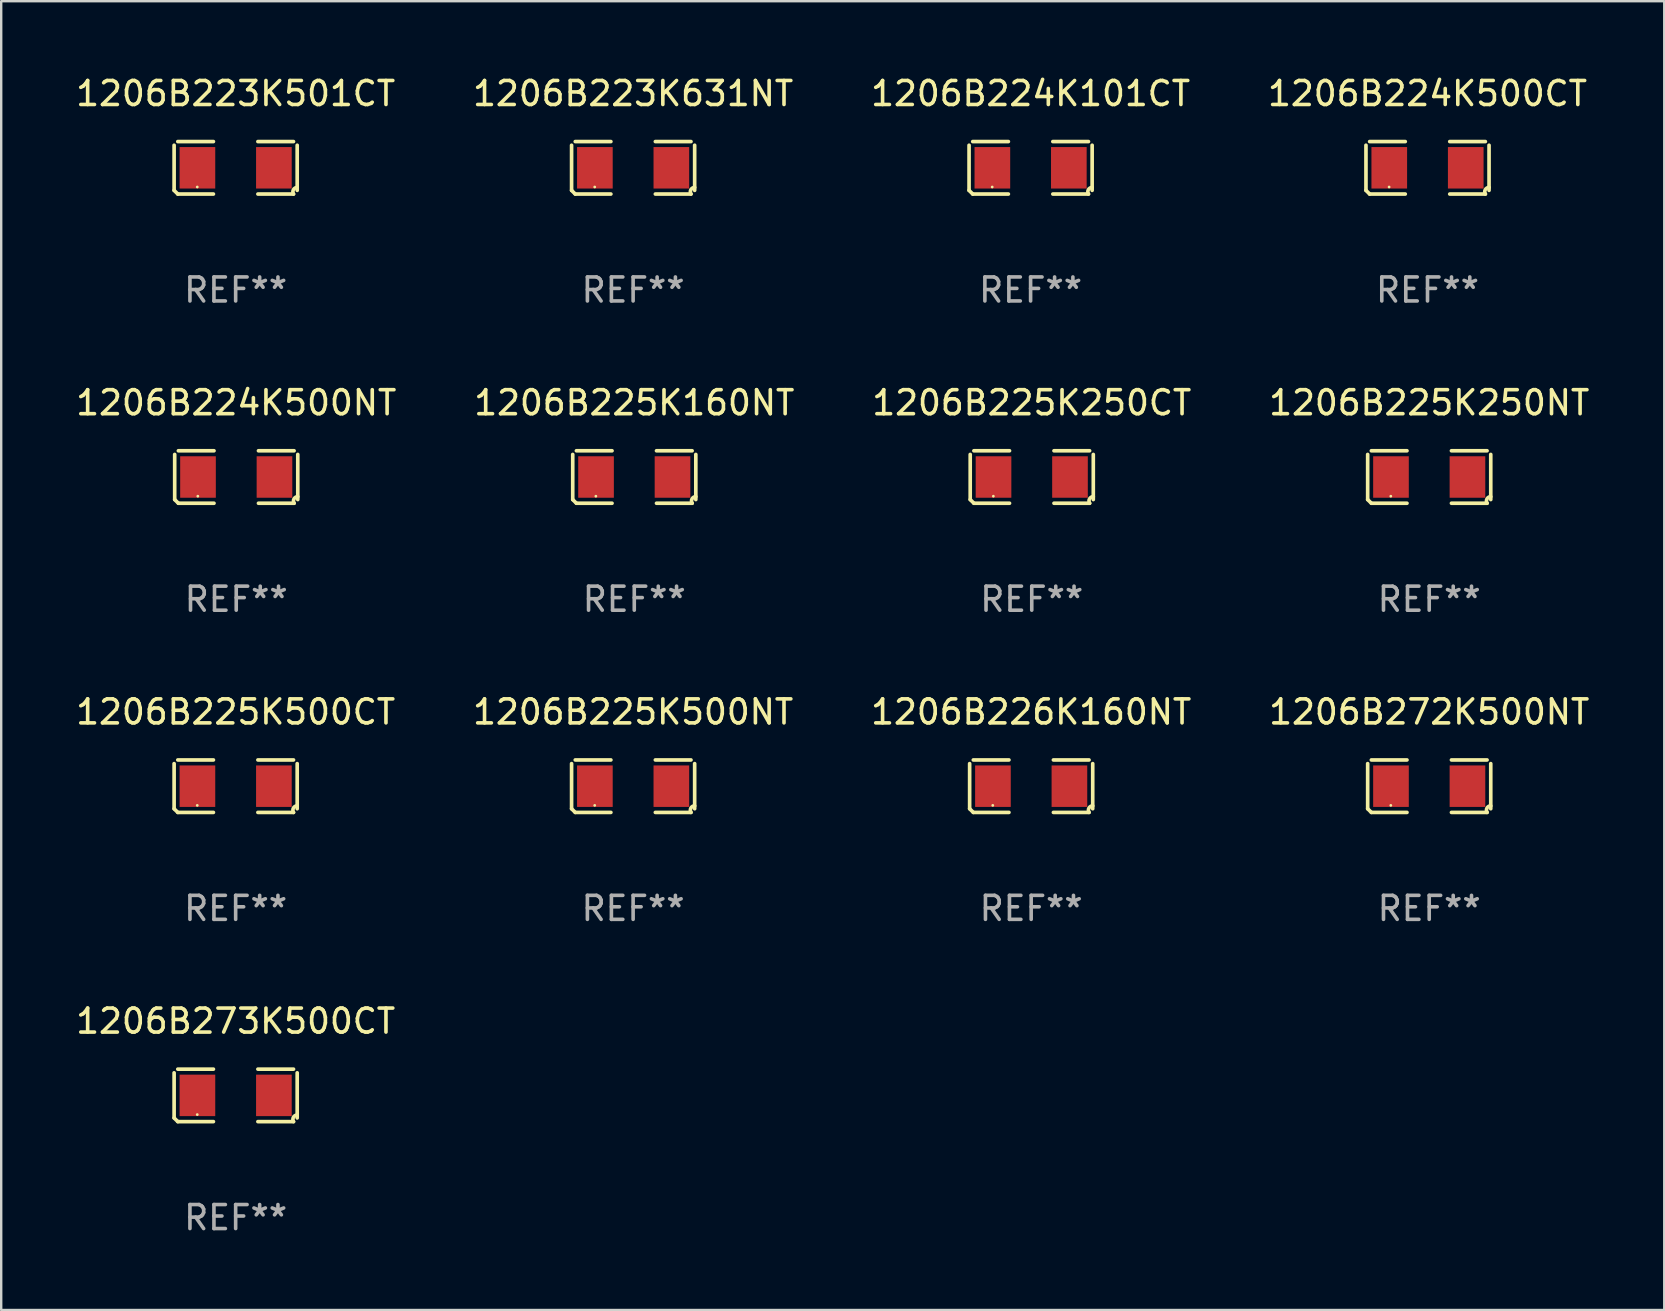
<source format=kicad_pcb>
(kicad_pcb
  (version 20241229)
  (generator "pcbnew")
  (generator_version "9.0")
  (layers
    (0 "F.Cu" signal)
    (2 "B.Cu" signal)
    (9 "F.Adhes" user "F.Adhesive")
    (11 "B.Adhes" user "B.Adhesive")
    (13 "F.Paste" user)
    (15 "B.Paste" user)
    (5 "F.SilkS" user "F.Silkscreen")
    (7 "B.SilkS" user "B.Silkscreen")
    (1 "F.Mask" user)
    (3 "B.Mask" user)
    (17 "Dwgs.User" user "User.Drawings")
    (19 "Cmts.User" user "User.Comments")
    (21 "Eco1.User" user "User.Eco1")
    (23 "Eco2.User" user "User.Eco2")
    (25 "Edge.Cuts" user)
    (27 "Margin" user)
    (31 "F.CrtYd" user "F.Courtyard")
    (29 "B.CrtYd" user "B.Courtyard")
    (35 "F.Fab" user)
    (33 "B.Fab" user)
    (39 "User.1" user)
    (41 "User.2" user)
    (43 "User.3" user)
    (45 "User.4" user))
  (footprint "1206B225K500CT"
    (layer "F.Cu")
    (at 6.768 29.704)
    (property "Reference" "1206B225K500CT" (at 0 -3.093 0) (layer "F.SilkS") (effects (font (size 1 1) (thickness 0.15))))
    (attr through_hole)
    (fp_line (start -2.564 0.94) (end -2.564 -0.94) (stroke (width 0.152) (type solid)) (layer "F.SilkS"))
    (fp_line (start -2.411 -1.093) (end -0.926 -1.093) (stroke (width 0.152) (type solid)) (layer "F.SilkS"))
    (fp_line (start -0.926 1.093) (end -2.411 1.093) (stroke (width 0.152) (type solid)) (layer "F.SilkS"))
    (fp_line (start 0.926 1.093) (end 2.411 1.093) (stroke (width 0.152) (type solid)) (layer "F.SilkS"))
    (fp_line (start 2.411 -1.093) (end 0.926 -1.093) (stroke (width 0.152) (type solid)) (layer "F.SilkS"))
    (fp_line (start 2.564 0.94) (end 2.564 -0.94) (stroke (width 0.152) (type solid)) (layer "F.SilkS"))
    (fp_arc (start -2.411201 1.092609) (mid -2.487413 1.01642) (end -2.563602 0.940208) (stroke (width 0.1524) (type solid)) (layer "F.SilkS"))
    (fp_arc (start 2.411201 1.092609) (mid 2.407159 0.911226) (end 2.563602 0.819347) (stroke (width 0.1524) (type solid)) (layer "F.SilkS"))
    (fp_circle (center -1.6 0.8) (end -1.57 0.8) (stroke (width 0.06) (type solid)) (fill no) (layer "F.SilkS"))
    (fp_text user "REF**" (at 0 5.093 0) (layer "F.Fab") (effects (font (size 1 1) (thickness 0.15))))
    (pad "1" smd rect (at -1.593 0) (size 1.485 1.728) (layers "F.Cu" "F.Mask" "F.Paste"))
    (pad "2" smd rect (at 1.593 0) (size 1.485 1.728) (layers "F.Cu" "F.Mask" "F.Paste")))
  (footprint "1206B224K500CT"
    (layer "F.Cu")
    (at 56.423 3.941)
    (property "Reference" "1206B224K500CT" (at 0 -3.093 0) (layer "F.SilkS") (effects (font (size 1 1) (thickness 0.15))))
    (attr through_hole)
    (fp_line (start -2.564 0.94) (end -2.564 -0.94) (stroke (width 0.152) (type solid)) (layer "F.SilkS"))
    (fp_line (start -2.411 -1.093) (end -0.926 -1.093) (stroke (width 0.152) (type solid)) (layer "F.SilkS"))
    (fp_line (start -0.926 1.093) (end -2.411 1.093) (stroke (width 0.152) (type solid)) (layer "F.SilkS"))
    (fp_line (start 0.926 1.093) (end 2.411 1.093) (stroke (width 0.152) (type solid)) (layer "F.SilkS"))
    (fp_line (start 2.411 -1.093) (end 0.926 -1.093) (stroke (width 0.152) (type solid)) (layer "F.SilkS"))
    (fp_line (start 2.564 0.94) (end 2.564 -0.94) (stroke (width 0.152) (type solid)) (layer "F.SilkS"))
    (fp_arc (start -2.411201 1.092609) (mid -2.487413 1.01642) (end -2.563602 0.940208) (stroke (width 0.1524) (type solid)) (layer "F.SilkS"))
    (fp_arc (start 2.411201 1.092609) (mid 2.407159 0.911226) (end 2.563602 0.819347) (stroke (width 0.1524) (type solid)) (layer "F.SilkS"))
    (fp_circle (center -1.6 0.8) (end -1.57 0.8) (stroke (width 0.06) (type solid)) (fill no) (layer "F.SilkS"))
    (fp_text user "REF**" (at 0 5.093 0) (layer "F.Fab") (effects (font (size 1 1) (thickness 0.15))))
    (pad "1" smd rect (at -1.593 0) (size 1.485 1.728) (layers "F.Cu" "F.Mask" "F.Paste"))
    (pad "2" smd rect (at 1.593 0) (size 1.485 1.728) (layers "F.Cu" "F.Mask" "F.Paste")))
  (footprint "1206B224K500NT"
    (layer "F.Cu")
    (at 6.792 16.823)
    (property "Reference" "1206B224K500NT" (at 0 -3.093 0) (layer "F.SilkS") (effects (font (size 1 1) (thickness 0.15))))
    (attr through_hole)
    (fp_line (start -2.564 0.94) (end -2.564 -0.94) (stroke (width 0.152) (type solid)) (layer "F.SilkS"))
    (fp_line (start -2.411 -1.093) (end -0.926 -1.093) (stroke (width 0.152) (type solid)) (layer "F.SilkS"))
    (fp_line (start -0.926 1.093) (end -2.411 1.093) (stroke (width 0.152) (type solid)) (layer "F.SilkS"))
    (fp_line (start 0.926 1.093) (end 2.411 1.093) (stroke (width 0.152) (type solid)) (layer "F.SilkS"))
    (fp_line (start 2.411 -1.093) (end 0.926 -1.093) (stroke (width 0.152) (type solid)) (layer "F.SilkS"))
    (fp_line (start 2.564 0.94) (end 2.564 -0.94) (stroke (width 0.152) (type solid)) (layer "F.SilkS"))
    (fp_arc (start -2.411201 1.092609) (mid -2.487413 1.01642) (end -2.563602 0.940208) (stroke (width 0.1524) (type solid)) (layer "F.SilkS"))
    (fp_arc (start 2.411201 1.092609) (mid 2.407159 0.911226) (end 2.563602 0.819347) (stroke (width 0.1524) (type solid)) (layer "F.SilkS"))
    (fp_circle (center -1.6 0.8) (end -1.57 0.8) (stroke (width 0.06) (type solid)) (fill no) (layer "F.SilkS"))
    (fp_text user "REF**" (at 0 5.093 0) (layer "F.Fab") (effects (font (size 1 1) (thickness 0.15))))
    (pad "1" smd rect (at -1.593 0) (size 1.485 1.728) (layers "F.Cu" "F.Mask" "F.Paste"))
    (pad "2" smd rect (at 1.593 0) (size 1.485 1.728) (layers "F.Cu" "F.Mask" "F.Paste")))
  (footprint "1206B225K160NT"
    (layer "F.Cu")
    (at 23.375 16.823)
    (property "Reference" "1206B225K160NT" (at 0 -3.093 0) (layer "F.SilkS") (effects (font (size 1 1) (thickness 0.15))))
    (attr through_hole)
    (fp_line (start -2.564 0.94) (end -2.564 -0.94) (stroke (width 0.152) (type solid)) (layer "F.SilkS"))
    (fp_line (start -2.411 -1.093) (end -0.926 -1.093) (stroke (width 0.152) (type solid)) (layer "F.SilkS"))
    (fp_line (start -0.926 1.093) (end -2.411 1.093) (stroke (width 0.152) (type solid)) (layer "F.SilkS"))
    (fp_line (start 0.926 1.093) (end 2.411 1.093) (stroke (width 0.152) (type solid)) (layer "F.SilkS"))
    (fp_line (start 2.411 -1.093) (end 0.926 -1.093) (stroke (width 0.152) (type solid)) (layer "F.SilkS"))
    (fp_line (start 2.564 0.94) (end 2.564 -0.94) (stroke (width 0.152) (type solid)) (layer "F.SilkS"))
    (fp_arc (start -2.411201 1.092609) (mid -2.487413 1.01642) (end -2.563602 0.940208) (stroke (width 0.1524) (type solid)) (layer "F.SilkS"))
    (fp_arc (start 2.411201 1.092609) (mid 2.407159 0.911226) (end 2.563602 0.819347) (stroke (width 0.1524) (type solid)) (layer "F.SilkS"))
    (fp_circle (center -1.6 0.8) (end -1.57 0.8) (stroke (width 0.06) (type solid)) (fill no) (layer "F.SilkS"))
    (fp_text user "REF**" (at 0 5.093 0) (layer "F.Fab") (effects (font (size 1 1) (thickness 0.15))))
    (pad "1" smd rect (at -1.593 0) (size 1.485 1.728) (layers "F.Cu" "F.Mask" "F.Paste"))
    (pad "2" smd rect (at 1.593 0) (size 1.485 1.728) (layers "F.Cu" "F.Mask" "F.Paste")))
  (footprint "1206B223K501CT"
    (layer "F.Cu")
    (at 6.768 3.941)
    (property "Reference" "1206B223K501CT" (at 0 -3.093 0) (layer "F.SilkS") (effects (font (size 1 1) (thickness 0.15))))
    (attr through_hole)
    (fp_line (start -2.564 0.94) (end -2.564 -0.94) (stroke (width 0.152) (type solid)) (layer "F.SilkS"))
    (fp_line (start -2.411 -1.093) (end -0.926 -1.093) (stroke (width 0.152) (type solid)) (layer "F.SilkS"))
    (fp_line (start -0.926 1.093) (end -2.411 1.093) (stroke (width 0.152) (type solid)) (layer "F.SilkS"))
    (fp_line (start 0.926 1.093) (end 2.411 1.093) (stroke (width 0.152) (type solid)) (layer "F.SilkS"))
    (fp_line (start 2.411 -1.093) (end 0.926 -1.093) (stroke (width 0.152) (type solid)) (layer "F.SilkS"))
    (fp_line (start 2.564 0.94) (end 2.564 -0.94) (stroke (width 0.152) (type solid)) (layer "F.SilkS"))
    (fp_arc (start -2.411201 1.092609) (mid -2.487413 1.01642) (end -2.563602 0.940208) (stroke (width 0.1524) (type solid)) (layer "F.SilkS"))
    (fp_arc (start 2.411201 1.092609) (mid 2.407159 0.911226) (end 2.563602 0.819347) (stroke (width 0.1524) (type solid)) (layer "F.SilkS"))
    (fp_circle (center -1.6 0.8) (end -1.57 0.8) (stroke (width 0.06) (type solid)) (fill no) (layer "F.SilkS"))
    (fp_text user "REF**" (at 0 5.093 0) (layer "F.Fab") (effects (font (size 1 1) (thickness 0.15))))
    (pad "1" smd rect (at -1.593 0) (size 1.485 1.728) (layers "F.Cu" "F.Mask" "F.Paste"))
    (pad "2" smd rect (at 1.593 0) (size 1.485 1.728) (layers "F.Cu" "F.Mask" "F.Paste")))
  (footprint "1206B224K101CT"
    (layer "F.Cu")
    (at 39.887 3.941)
    (property "Reference" "1206B224K101CT" (at 0 -3.093 0) (layer "F.SilkS") (effects (font (size 1 1) (thickness 0.15))))
    (attr through_hole)
    (fp_line (start -2.564 0.94) (end -2.564 -0.94) (stroke (width 0.152) (type solid)) (layer "F.SilkS"))
    (fp_line (start -2.411 -1.093) (end -0.926 -1.093) (stroke (width 0.152) (type solid)) (layer "F.SilkS"))
    (fp_line (start -0.926 1.093) (end -2.411 1.093) (stroke (width 0.152) (type solid)) (layer "F.SilkS"))
    (fp_line (start 0.926 1.093) (end 2.411 1.093) (stroke (width 0.152) (type solid)) (layer "F.SilkS"))
    (fp_line (start 2.411 -1.093) (end 0.926 -1.093) (stroke (width 0.152) (type solid)) (layer "F.SilkS"))
    (fp_line (start 2.564 0.94) (end 2.564 -0.94) (stroke (width 0.152) (type solid)) (layer "F.SilkS"))
    (fp_arc (start -2.411201 1.092609) (mid -2.487413 1.01642) (end -2.563602 0.940208) (stroke (width 0.1524) (type solid)) (layer "F.SilkS"))
    (fp_arc (start 2.411201 1.092609) (mid 2.407159 0.911226) (end 2.563602 0.819347) (stroke (width 0.1524) (type solid)) (layer "F.SilkS"))
    (fp_circle (center -1.6 0.8) (end -1.57 0.8) (stroke (width 0.06) (type solid)) (fill no) (layer "F.SilkS"))
    (fp_text user "REF**" (at 0 5.093 0) (layer "F.Fab") (effects (font (size 1 1) (thickness 0.15))))
    (pad "1" smd rect (at -1.593 0) (size 1.485 1.728) (layers "F.Cu" "F.Mask" "F.Paste"))
    (pad "2" smd rect (at 1.593 0) (size 1.485 1.728) (layers "F.Cu" "F.Mask" "F.Paste")))
  (footprint "1206B225K250NT"
    (layer "F.Cu")
    (at 56.494 16.823)
    (property "Reference" "1206B225K250NT" (at 0 -3.093 0) (layer "F.SilkS") (effects (font (size 1 1) (thickness 0.15))))
    (attr through_hole)
    (fp_line (start -2.564 0.94) (end -2.564 -0.94) (stroke (width 0.152) (type solid)) (layer "F.SilkS"))
    (fp_line (start -2.411 -1.093) (end -0.926 -1.093) (stroke (width 0.152) (type solid)) (layer "F.SilkS"))
    (fp_line (start -0.926 1.093) (end -2.411 1.093) (stroke (width 0.152) (type solid)) (layer "F.SilkS"))
    (fp_line (start 0.926 1.093) (end 2.411 1.093) (stroke (width 0.152) (type solid)) (layer "F.SilkS"))
    (fp_line (start 2.411 -1.093) (end 0.926 -1.093) (stroke (width 0.152) (type solid)) (layer "F.SilkS"))
    (fp_line (start 2.564 0.94) (end 2.564 -0.94) (stroke (width 0.152) (type solid)) (layer "F.SilkS"))
    (fp_arc (start -2.411201 1.092609) (mid -2.487413 1.01642) (end -2.563602 0.940208) (stroke (width 0.1524) (type solid)) (layer "F.SilkS"))
    (fp_arc (start 2.411201 1.092609) (mid 2.407159 0.911226) (end 2.563602 0.819347) (stroke (width 0.1524) (type solid)) (layer "F.SilkS"))
    (fp_circle (center -1.6 0.8) (end -1.57 0.8) (stroke (width 0.06) (type solid)) (fill no) (layer "F.SilkS"))
    (fp_text user "REF**" (at 0 5.093 0) (layer "F.Fab") (effects (font (size 1 1) (thickness 0.15))))
    (pad "1" smd rect (at -1.593 0) (size 1.485 1.728) (layers "F.Cu" "F.Mask" "F.Paste"))
    (pad "2" smd rect (at 1.593 0) (size 1.485 1.728) (layers "F.Cu" "F.Mask" "F.Paste")))
  (footprint "1206B272K500NT"
    (layer "F.Cu")
    (at 56.494 29.704)
    (property "Reference" "1206B272K500NT" (at 0 -3.093 0) (layer "F.SilkS") (effects (font (size 1 1) (thickness 0.15))))
    (attr through_hole)
    (fp_line (start -2.564 0.94) (end -2.564 -0.94) (stroke (width 0.152) (type solid)) (layer "F.SilkS"))
    (fp_line (start -2.411 -1.093) (end -0.926 -1.093) (stroke (width 0.152) (type solid)) (layer "F.SilkS"))
    (fp_line (start -0.926 1.093) (end -2.411 1.093) (stroke (width 0.152) (type solid)) (layer "F.SilkS"))
    (fp_line (start 0.926 1.093) (end 2.411 1.093) (stroke (width 0.152) (type solid)) (layer "F.SilkS"))
    (fp_line (start 2.411 -1.093) (end 0.926 -1.093) (stroke (width 0.152) (type solid)) (layer "F.SilkS"))
    (fp_line (start 2.564 0.94) (end 2.564 -0.94) (stroke (width 0.152) (type solid)) (layer "F.SilkS"))
    (fp_arc (start -2.411201 1.092609) (mid -2.487413 1.01642) (end -2.563602 0.940208) (stroke (width 0.1524) (type solid)) (layer "F.SilkS"))
    (fp_arc (start 2.411201 1.092609) (mid 2.407159 0.911226) (end 2.563602 0.819347) (stroke (width 0.1524) (type solid)) (layer "F.SilkS"))
    (fp_circle (center -1.6 0.8) (end -1.57 0.8) (stroke (width 0.06) (type solid)) (fill no) (layer "F.SilkS"))
    (fp_text user "REF**" (at 0 5.093 0) (layer "F.Fab") (effects (font (size 1 1) (thickness 0.15))))
    (pad "1" smd rect (at -1.593 0) (size 1.485 1.728) (layers "F.Cu" "F.Mask" "F.Paste"))
    (pad "2" smd rect (at 1.593 0) (size 1.485 1.728) (layers "F.Cu" "F.Mask" "F.Paste")))
  (footprint "1206B273K500CT"
    (layer "F.Cu")
    (at 6.768 42.586)
    (property "Reference" "1206B273K500CT" (at 0 -3.093 0) (layer "F.SilkS") (effects (font (size 1 1) (thickness 0.15))))
    (attr through_hole)
    (fp_line (start -2.564 0.94) (end -2.564 -0.94) (stroke (width 0.152) (type solid)) (layer "F.SilkS"))
    (fp_line (start -2.411 -1.093) (end -0.926 -1.093) (stroke (width 0.152) (type solid)) (layer "F.SilkS"))
    (fp_line (start -0.926 1.093) (end -2.411 1.093) (stroke (width 0.152) (type solid)) (layer "F.SilkS"))
    (fp_line (start 0.926 1.093) (end 2.411 1.093) (stroke (width 0.152) (type solid)) (layer "F.SilkS"))
    (fp_line (start 2.411 -1.093) (end 0.926 -1.093) (stroke (width 0.152) (type solid)) (layer "F.SilkS"))
    (fp_line (start 2.564 0.94) (end 2.564 -0.94) (stroke (width 0.152) (type solid)) (layer "F.SilkS"))
    (fp_arc (start -2.411201 1.092609) (mid -2.487413 1.01642) (end -2.563602 0.940208) (stroke (width 0.1524) (type solid)) (layer "F.SilkS"))
    (fp_arc (start 2.411201 1.092609) (mid 2.407159 0.911226) (end 2.563602 0.819347) (stroke (width 0.1524) (type solid)) (layer "F.SilkS"))
    (fp_circle (center -1.6 0.8) (end -1.57 0.8) (stroke (width 0.06) (type solid)) (fill no) (layer "F.SilkS"))
    (fp_text user "REF**" (at 0 5.093 0) (layer "F.Fab") (effects (font (size 1 1) (thickness 0.15))))
    (pad "1" smd rect (at -1.593 0) (size 1.485 1.728) (layers "F.Cu" "F.Mask" "F.Paste"))
    (pad "2" smd rect (at 1.593 0) (size 1.485 1.728) (layers "F.Cu" "F.Mask" "F.Paste")))
  (footprint "1206B225K250CT"
    (layer "F.Cu")
    (at 39.935 16.823)
    (property "Reference" "1206B225K250CT" (at 0 -3.093 0) (layer "F.SilkS") (effects (font (size 1 1) (thickness 0.15))))
    (attr through_hole)
    (fp_line (start -2.564 0.94) (end -2.564 -0.94) (stroke (width 0.152) (type solid)) (layer "F.SilkS"))
    (fp_line (start -2.411 -1.093) (end -0.926 -1.093) (stroke (width 0.152) (type solid)) (layer "F.SilkS"))
    (fp_line (start -0.926 1.093) (end -2.411 1.093) (stroke (width 0.152) (type solid)) (layer "F.SilkS"))
    (fp_line (start 0.926 1.093) (end 2.411 1.093) (stroke (width 0.152) (type solid)) (layer "F.SilkS"))
    (fp_line (start 2.411 -1.093) (end 0.926 -1.093) (stroke (width 0.152) (type solid)) (layer "F.SilkS"))
    (fp_line (start 2.564 0.94) (end 2.564 -0.94) (stroke (width 0.152) (type solid)) (layer "F.SilkS"))
    (fp_arc (start -2.411201 1.092609) (mid -2.487413 1.01642) (end -2.563602 0.940208) (stroke (width 0.1524) (type solid)) (layer "F.SilkS"))
    (fp_arc (start 2.411201 1.092609) (mid 2.407159 0.911226) (end 2.563602 0.819347) (stroke (width 0.1524) (type solid)) (layer "F.SilkS"))
    (fp_circle (center -1.6 0.8) (end -1.57 0.8) (stroke (width 0.06) (type solid)) (fill no) (layer "F.SilkS"))
    (fp_text user "REF**" (at 0 5.093 0) (layer "F.Fab") (effects (font (size 1 1) (thickness 0.15))))
    (pad "1" smd rect (at -1.593 0) (size 1.485 1.728) (layers "F.Cu" "F.Mask" "F.Paste"))
    (pad "2" smd rect (at 1.593 0) (size 1.485 1.728) (layers "F.Cu" "F.Mask" "F.Paste")))
  (footprint "1206B225K500NT"
    (layer "F.Cu")
    (at 23.327 29.704)
    (property "Reference" "1206B225K500NT" (at 0 -3.093 0) (layer "F.SilkS") (effects (font (size 1 1) (thickness 0.15))))
    (attr through_hole)
    (fp_line (start -2.564 0.94) (end -2.564 -0.94) (stroke (width 0.152) (type solid)) (layer "F.SilkS"))
    (fp_line (start -2.411 -1.093) (end -0.926 -1.093) (stroke (width 0.152) (type solid)) (layer "F.SilkS"))
    (fp_line (start -0.926 1.093) (end -2.411 1.093) (stroke (width 0.152) (type solid)) (layer "F.SilkS"))
    (fp_line (start 0.926 1.093) (end 2.411 1.093) (stroke (width 0.152) (type solid)) (layer "F.SilkS"))
    (fp_line (start 2.411 -1.093) (end 0.926 -1.093) (stroke (width 0.152) (type solid)) (layer "F.SilkS"))
    (fp_line (start 2.564 0.94) (end 2.564 -0.94) (stroke (width 0.152) (type solid)) (layer "F.SilkS"))
    (fp_arc (start -2.411201 1.092609) (mid -2.487413 1.01642) (end -2.563602 0.940208) (stroke (width 0.1524) (type solid)) (layer "F.SilkS"))
    (fp_arc (start 2.411201 1.092609) (mid 2.407159 0.911226) (end 2.563602 0.819347) (stroke (width 0.1524) (type solid)) (layer "F.SilkS"))
    (fp_circle (center -1.6 0.8) (end -1.57 0.8) (stroke (width 0.06) (type solid)) (fill no) (layer "F.SilkS"))
    (fp_text user "REF**" (at 0 5.093 0) (layer "F.Fab") (effects (font (size 1 1) (thickness 0.15))))
    (pad "1" smd rect (at -1.593 0) (size 1.485 1.728) (layers "F.Cu" "F.Mask" "F.Paste"))
    (pad "2" smd rect (at 1.593 0) (size 1.485 1.728) (layers "F.Cu" "F.Mask" "F.Paste")))
  (footprint "1206B226K160NT"
    (layer "F.Cu")
    (at 39.911 29.704)
    (property "Reference" "1206B226K160NT" (at 0 -3.093 0) (layer "F.SilkS") (effects (font (size 1 1) (thickness 0.15))))
    (attr through_hole)
    (fp_line (start -2.564 0.94) (end -2.564 -0.94) (stroke (width 0.152) (type solid)) (layer "F.SilkS"))
    (fp_line (start -2.411 -1.093) (end -0.926 -1.093) (stroke (width 0.152) (type solid)) (layer "F.SilkS"))
    (fp_line (start -0.926 1.093) (end -2.411 1.093) (stroke (width 0.152) (type solid)) (layer "F.SilkS"))
    (fp_line (start 0.926 1.093) (end 2.411 1.093) (stroke (width 0.152) (type solid)) (layer "F.SilkS"))
    (fp_line (start 2.411 -1.093) (end 0.926 -1.093) (stroke (width 0.152) (type solid)) (layer "F.SilkS"))
    (fp_line (start 2.564 0.94) (end 2.564 -0.94) (stroke (width 0.152) (type solid)) (layer "F.SilkS"))
    (fp_arc (start -2.411201 1.092609) (mid -2.487413 1.01642) (end -2.563602 0.940208) (stroke (width 0.1524) (type solid)) (layer "F.SilkS"))
    (fp_arc (start 2.411201 1.092609) (mid 2.407159 0.911226) (end 2.563602 0.819347) (stroke (width 0.1524) (type solid)) (layer "F.SilkS"))
    (fp_circle (center -1.6 0.8) (end -1.57 0.8) (stroke (width 0.06) (type solid)) (fill no) (layer "F.SilkS"))
    (fp_text user "REF**" (at 0 5.093 0) (layer "F.Fab") (effects (font (size 1 1) (thickness 0.15))))
    (pad "1" smd rect (at -1.593 0) (size 1.485 1.728) (layers "F.Cu" "F.Mask" "F.Paste"))
    (pad "2" smd rect (at 1.593 0) (size 1.485 1.728) (layers "F.Cu" "F.Mask" "F.Paste")))
  (footprint "1206B223K631NT"
    (layer "F.Cu")
    (at 23.327 3.941)
    (property "Reference" "1206B223K631NT" (at 0 -3.093 0) (layer "F.SilkS") (effects (font (size 1 1) (thickness 0.15))))
    (attr through_hole)
    (fp_line (start -2.564 0.94) (end -2.564 -0.94) (stroke (width 0.152) (type solid)) (layer "F.SilkS"))
    (fp_line (start -2.411 -1.093) (end -0.926 -1.093) (stroke (width 0.152) (type solid)) (layer "F.SilkS"))
    (fp_line (start -0.926 1.093) (end -2.411 1.093) (stroke (width 0.152) (type solid)) (layer "F.SilkS"))
    (fp_line (start 0.926 1.093) (end 2.411 1.093) (stroke (width 0.152) (type solid)) (layer "F.SilkS"))
    (fp_line (start 2.411 -1.093) (end 0.926 -1.093) (stroke (width 0.152) (type solid)) (layer "F.SilkS"))
    (fp_line (start 2.564 0.94) (end 2.564 -0.94) (stroke (width 0.152) (type solid)) (layer "F.SilkS"))
    (fp_arc (start -2.411201 1.092609) (mid -2.487413 1.01642) (end -2.563602 0.940208) (stroke (width 0.1524) (type solid)) (layer "F.SilkS"))
    (fp_arc (start 2.411201 1.092609) (mid 2.407159 0.911226) (end 2.563602 0.819347) (stroke (width 0.1524) (type solid)) (layer "F.SilkS"))
    (fp_circle (center -1.6 0.8) (end -1.57 0.8) (stroke (width 0.06) (type solid)) (fill no) (layer "F.SilkS"))
    (fp_text user "REF**" (at 0 5.093 0) (layer "F.Fab") (effects (font (size 1 1) (thickness 0.15))))
    (pad "1" smd rect (at -1.593 0) (size 1.485 1.728) (layers "F.Cu" "F.Mask" "F.Paste"))
    (pad "2" smd rect (at 1.593 0) (size 1.485 1.728) (layers "F.Cu" "F.Mask" "F.Paste")))
  (gr_rect
    (start -3 -3)
    (end 66.286 51.527)
    (stroke (width 0.1) (type default))
    (fill no)
    (layer "Edge.Cuts")))
</source>
